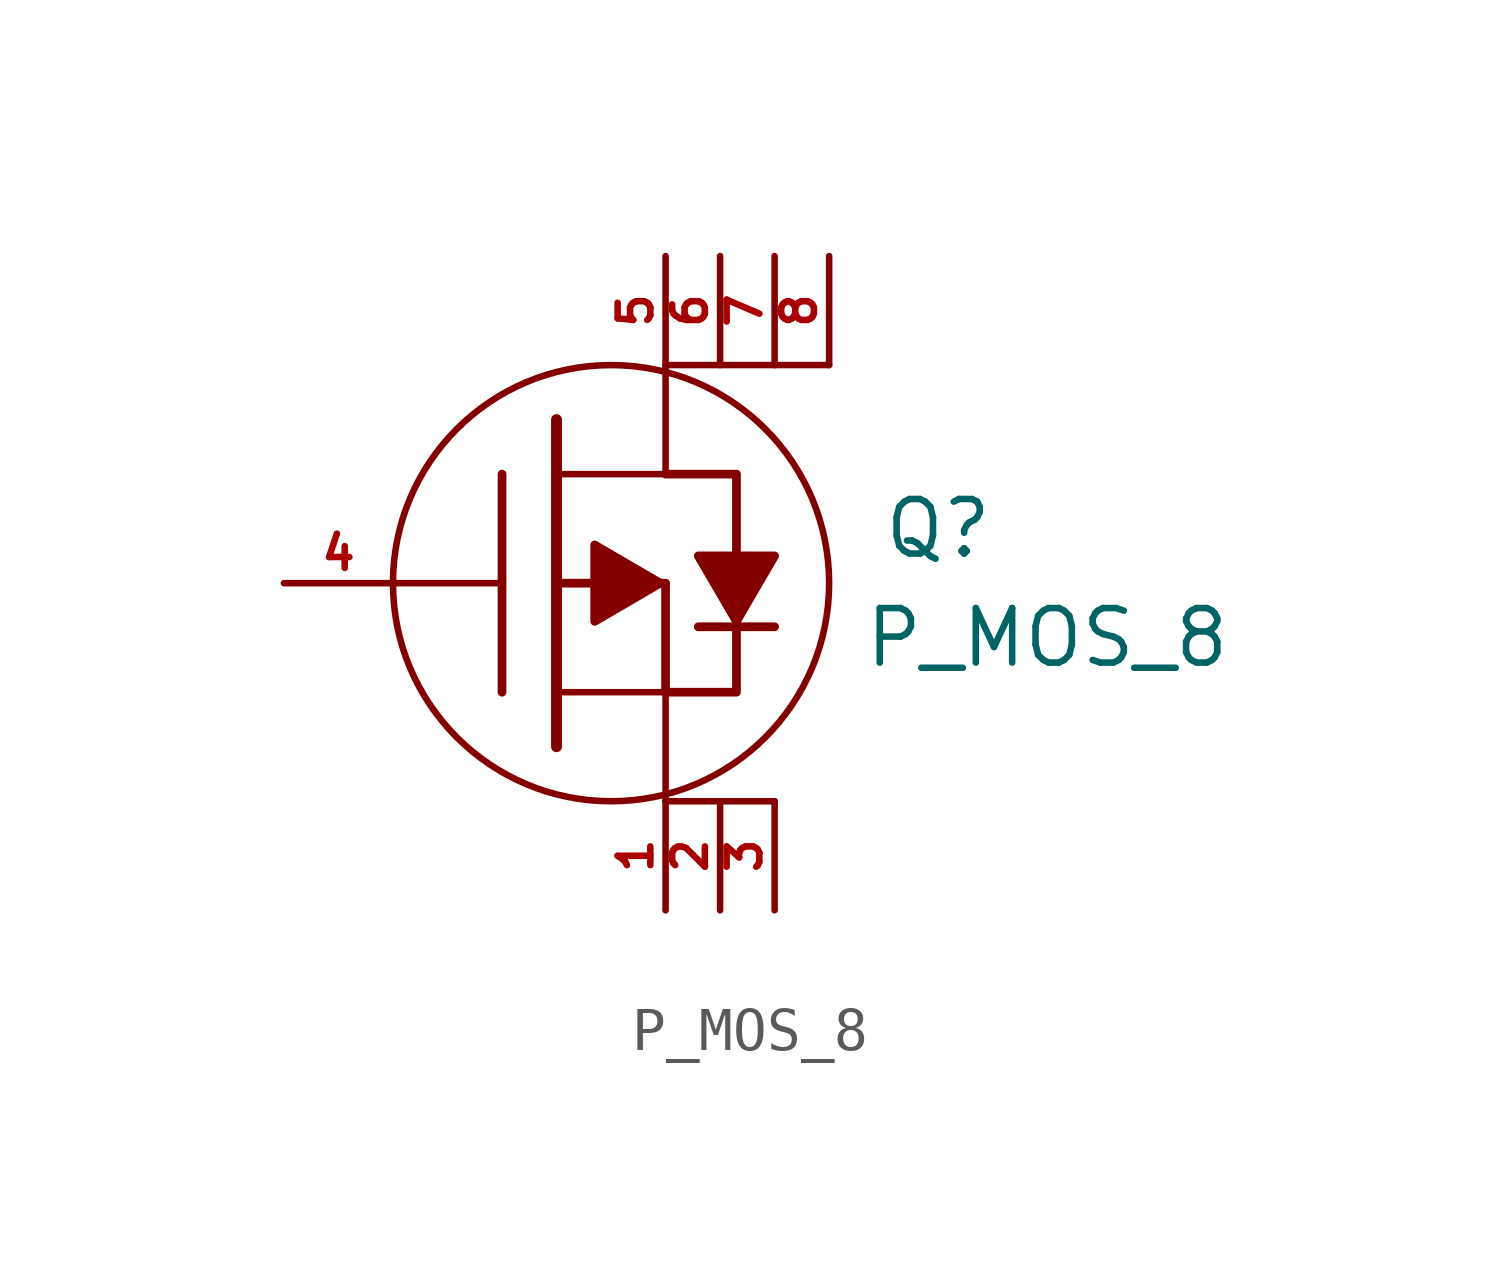
<source format=kicad_sym>
(kicad_symbol_lib
  (version 20211014)
  (generator kicad_symbol_editor)
  (symbol "P_MOS_8"
    (pin_names
      (offset 1.016) hide)
    (property "Reference" "Q"
      (at 7.62 1.27 0)
      (effects (font (size 1.27 1.27))))
    (property "Value" "P_MOS_8"
      (at 10.16 -1.27 0)
      (effects (font (size 1.27 1.27))))
    (symbol "P_MOS_8_0_1"
      (polyline (pts (xy 3.81 -5.08) (xy 1.27 -5.08)) (stroke (width 0) (type default) (color 0 0 0 0)) (fill (type none)))
      (polyline (pts (xy 5.08 5.08) (xy 1.27 5.08)) (stroke (width 0) (type default) (color 0 0 0 0)) (fill (type none))))
    (symbol "P_MOS_8_1_1"
      (polyline (pts (xy -5.08 0) (xy -2.54 0)) (stroke (width 0) (type default) (color 0 0 0 0)) (fill (type none)))
      (polyline (pts (xy -2.54 -2.54) (xy -2.54 2.54)) (stroke (width 0.203) (type default) (color 0 0 0 0)) (fill (type none)))
      (polyline (pts (xy -1.27 -3.81) (xy -1.27 3.81)) (stroke (width 0.254) (type default) (color 0 0 0 0)) (fill (type none)))
      (polyline (pts (xy 1.27 -5.08) (xy 1.27 -2.54)) (stroke (width 0) (type default) (color 0 0 0 0)) (fill (type none)))
      (polyline (pts (xy 1.27 -2.54) (xy -1.27 -2.54)) (stroke (width 0) (type default) (color 0 0 0 0)) (fill (type none)))
      (polyline (pts (xy 1.27 2.54) (xy -1.27 2.54)) (stroke (width 0) (type default) (color 0 0 0 0)) (fill (type none)))
      (polyline (pts (xy 1.27 5.08) (xy 1.27 2.54)) (stroke (width 0) (type default) (color 0 0 0 0)) (fill (type none)))
      (polyline (pts (xy 3.81 -1.016) (xy 2.032 -1.016)) (stroke (width 0.203) (type default) (color 0 0 0 0)) (fill (type none)))
      (polyline (pts (xy 1.27 -2.54) (xy 1.27 0) (xy -1.143 0)) (stroke (width 0.203) (type default) (color 0 0 0 0)) (fill (type none)))
      (polyline (pts (xy -0.381 -0.889) (xy -0.381 0.889) (xy 1.143 0) (xy -0.381 -0.889)) (stroke (width 0.203) (type default) (color 0 0 0 0)) (fill (type outline)))
      (polyline (pts (xy 1.27 -2.54) (xy 2.921 -2.54) (xy 2.921 2.54) (xy 1.27 2.54)) (stroke (width 0.203) (type default) (color 0 0 0 0)) (fill (type none)))
      (polyline (pts (xy 3.81 0.635) (xy 2.032 0.635) (xy 2.921 -0.889) (xy 3.81 0.635)) (stroke (width 0.203) (type default) (color 0 0 0 0)) (fill (type outline)))
      (circle (center 0 0) (radius 5.08) (stroke (width 0) (type default) (color 0 0 0 0)) (fill (type none)))
      (pin passive line (at 1.27 -7.62 90) (length 2.54) (name "S" (effects (font (size 1.016 1.016)))) (number "1" (effects (font (size 0.762 0.762)))))
      (pin passive line (at 2.54 -7.62 90) (length 2.54) (name "S" (effects (font (size 1.016 1.016)))) (number "2" (effects (font (size 0.762 0.762)))))
      (pin passive line (at 3.81 -7.62 90) (length 2.54) (name "S" (effects (font (size 1.016 1.016)))) (number "3" (effects (font (size 0.762 0.762)))))
      (pin input line (at -7.62 0 0) (length 2.54) (name "G" (effects (font (size 1.016 1.016)))) (number "4" (effects (font (size 0.762 0.762)))))
      (pin passive line (at 1.27 7.62 270) (length 2.54) (name "D" (effects (font (size 1.016 1.016)))) (number "5" (effects (font (size 0.762 0.762)))))
      (pin passive line (at 2.54 7.62 270) (length 2.54) (name "D" (effects (font (size 1.016 1.016)))) (number "6" (effects (font (size 0.762 0.762)))))
      (pin passive line (at 3.81 7.62 270) (length 2.54) (name "D" (effects (font (size 1.016 1.016)))) (number "7" (effects (font (size 0.762 0.762)))))
      (pin passive line (at 5.08 7.62 270) (length 2.54) (name "D" (effects (font (size 1.016 1.016)))) (number "8" (effects (font (size 0.762 0.762))))))))
</source>
